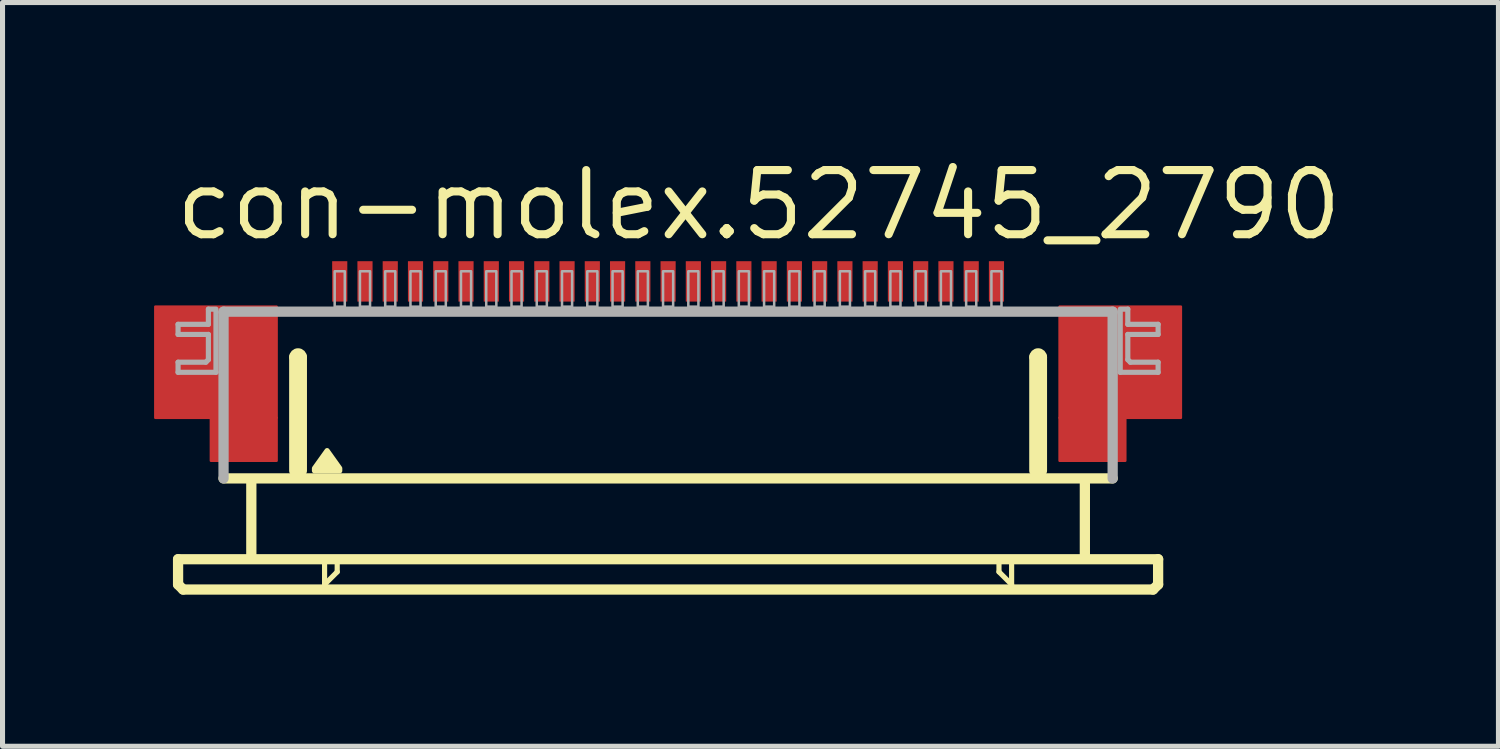
<source format=kicad_pcb>
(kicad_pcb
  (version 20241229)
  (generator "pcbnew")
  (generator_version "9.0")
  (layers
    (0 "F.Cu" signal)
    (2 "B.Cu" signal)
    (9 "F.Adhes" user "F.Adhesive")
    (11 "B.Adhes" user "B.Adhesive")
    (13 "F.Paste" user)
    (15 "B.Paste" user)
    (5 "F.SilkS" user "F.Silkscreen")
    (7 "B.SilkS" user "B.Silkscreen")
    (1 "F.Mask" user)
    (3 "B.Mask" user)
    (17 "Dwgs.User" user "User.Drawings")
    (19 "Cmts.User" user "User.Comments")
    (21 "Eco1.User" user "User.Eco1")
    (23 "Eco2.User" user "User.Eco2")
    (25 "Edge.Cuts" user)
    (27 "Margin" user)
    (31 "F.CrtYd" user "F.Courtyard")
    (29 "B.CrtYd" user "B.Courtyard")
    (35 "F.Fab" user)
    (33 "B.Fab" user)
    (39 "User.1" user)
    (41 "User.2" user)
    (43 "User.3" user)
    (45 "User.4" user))
  (footprint "con-molex.52745_2790"
    (layer "F.Cu")
    (at 10.175 5.02)
    (property "Reference" "con-molex.52745_2790" (at -9.83 -3.27 0) (layer "F.SilkS") (effects (font (size 1.27 1.27) (thickness 0.16)) (justify left bottom)))
    (attr smd)
    (fp_rect (start -10.15 0.2) (end -7.75 -2) (stroke (width 0.05) (type default)) (fill yes) (layer "F.Cu"))
    (fp_rect (start -9.05 1.05) (end -7.75 0.2) (stroke (width 0.05) (type default)) (fill yes) (layer "F.Cu"))
    (fp_rect (start 7.75 0.2) (end 10.15 -2) (stroke (width 0.05) (type default)) (fill yes) (layer "F.Cu"))
    (fp_rect (start 7.75 1.05) (end 9.05 0.2) (stroke (width 0.05) (type default)) (fill yes) (layer "F.Cu"))
    (fp_rect (start -10.15 0.2) (end -9 -2) (stroke (width 0.05) (type default)) (fill yes) (layer "F.Mask"))
    (fp_rect (start -9.05 1.05) (end -7.75 -2) (stroke (width 0.05) (type default)) (fill yes) (layer "F.Mask"))
    (fp_rect (start 7.75 1.05) (end 9.05 -2) (stroke (width 0.05) (type default)) (fill yes) (layer "F.Mask"))
    (fp_rect (start 9 0.2) (end 10.15 -2) (stroke (width 0.05) (type default)) (fill yes) (layer "F.Mask"))
    (fp_line (start -9.7 3) (end -9.7 3.5) (stroke (width 0.203) (type default)) (layer "F.SilkS"))
    (fp_line (start -9.7 3.5) (end -9.6 3.6) (stroke (width 0.203) (type default)) (layer "F.SilkS"))
    (fp_line (start -9.6 3.6) (end 9.6 3.6) (stroke (width 0.203) (type default)) (layer "F.SilkS"))
    (fp_line (start -8.25 1.5) (end -8.25 2.9) (stroke (width 0.203) (type default)) (layer "F.SilkS"))
    (fp_line (start -7.4 1.25) (end -7.4 -1) (stroke (width 0.203) (type default)) (layer "F.SilkS"))
    (fp_line (start -7.25 -1) (end -7.25 1.25) (stroke (width 0.203) (type default)) (layer "F.SilkS"))
    (fp_line (start -6.8 3.1) (end -6.8 3.5) (stroke (width 0.102) (type default)) (layer "F.SilkS"))
    (fp_line (start -6.8 3.5) (end -6.55 3.25) (stroke (width 0.102) (type default)) (layer "F.SilkS"))
    (fp_line (start -6.55 3.25) (end -6.55 3.1) (stroke (width 0.102) (type default)) (layer "F.SilkS"))
    (fp_line (start 6.55 3.1) (end 6.55 3.25) (stroke (width 0.102) (type default)) (layer "F.SilkS"))
    (fp_line (start 6.55 3.25) (end 6.8 3.5) (stroke (width 0.102) (type default)) (layer "F.SilkS"))
    (fp_line (start 6.8 3.5) (end 6.8 3.1) (stroke (width 0.102) (type default)) (layer "F.SilkS"))
    (fp_line (start 7.25 1.25) (end 7.25 -1) (stroke (width 0.203) (type default)) (layer "F.SilkS"))
    (fp_line (start 7.4 -1) (end 7.4 1.25) (stroke (width 0.203) (type default)) (layer "F.SilkS"))
    (fp_line (start 8.25 1.5) (end 8.25 2.9) (stroke (width 0.203) (type default)) (layer "F.SilkS"))
    (fp_line (start 8.8 1.4) (end -8.8 1.4) (stroke (width 0.203) (type default)) (layer "F.SilkS"))
    (fp_line (start 9.6 3.6) (end 9.7 3.5) (stroke (width 0.203) (type default)) (layer "F.SilkS"))
    (fp_line (start 9.7 3) (end -9.7 3) (stroke (width 0.203) (type default)) (layer "F.SilkS"))
    (fp_line (start 9.7 3.5) (end 9.7 3) (stroke (width 0.203) (type default)) (layer "F.SilkS"))
    (fp_arc (start -7.4 -1) (mid -7.325 -1.075) (end -7.25 -1) (stroke (width 0.2032) (type default)) (layer "F.SilkS"))
    (fp_arc (start 7.25 -1) (mid 7.325 -1.075) (end 7.4 -1) (stroke (width 0.2032) (type default)) (layer "F.SilkS"))
    (fp_poly (pts (xy -7 1.25) (xy -7 1.2) (xy -6.75 0.85) (xy -6.5 1.2) (xy -6.5 1.25)) (stroke (width 0.102) (type default)) (fill yes) (layer "F.SilkS"))
    (fp_rect (start -9.95 0.05) (end -7.95 -1.85) (stroke (width 0.05) (type default)) (fill yes) (layer "F.Paste"))
    (fp_rect (start 7.95 0.05) (end 9.95 -1.85) (stroke (width 0.05) (type default)) (fill yes) (layer "F.Paste"))
    (fp_line (start -9.7 -1.65) (end -9.7 -1.45) (stroke (width 0.102) (type default)) (layer "F.Fab"))
    (fp_line (start -9.7 -1.45) (end -9.1 -1.45) (stroke (width 0.102) (type default)) (layer "F.Fab"))
    (fp_line (start -9.7 -0.9) (end -9.7 -0.7) (stroke (width 0.102) (type default)) (layer "F.Fab"))
    (fp_line (start -9.7 -0.7) (end -8.95 -0.7) (stroke (width 0.102) (type default)) (layer "F.Fab"))
    (fp_line (start -9.15 -0.9) (end -9.7 -0.9) (stroke (width 0.102) (type default)) (layer "F.Fab"))
    (fp_line (start -9.1 -1.95) (end -9.1 -1.65) (stroke (width 0.102) (type default)) (layer "F.Fab"))
    (fp_line (start -9.1 -1.65) (end -9.7 -1.65) (stroke (width 0.102) (type default)) (layer "F.Fab"))
    (fp_line (start -9.1 -1.45) (end -9.1 -0.95) (stroke (width 0.102) (type default)) (layer "F.Fab"))
    (fp_line (start -9.1 -0.95) (end -9.15 -0.9) (stroke (width 0.102) (type default)) (layer "F.Fab"))
    (fp_line (start -8.95 -1.95) (end -9.1 -1.95) (stroke (width 0.102) (type default)) (layer "F.Fab"))
    (fp_line (start -8.95 -0.7) (end -8.95 -1.9) (stroke (width 0.102) (type default)) (layer "F.Fab"))
    (fp_line (start -8.8 -1.9) (end 8.8 -1.9) (stroke (width 0.203) (type default)) (layer "F.Fab"))
    (fp_line (start -8.8 1.4) (end -8.8 -1.9) (stroke (width 0.203) (type default)) (layer "F.Fab"))
    (fp_line (start 8.8 -1.9) (end 8.8 1.4) (stroke (width 0.203) (type default)) (layer "F.Fab"))
    (fp_line (start 8.95 -1.95) (end 9.1 -1.95) (stroke (width 0.102) (type default)) (layer "F.Fab"))
    (fp_line (start 8.95 -0.7) (end 8.95 -1.9) (stroke (width 0.102) (type default)) (layer "F.Fab"))
    (fp_line (start 9.1 -1.95) (end 9.1 -1.65) (stroke (width 0.102) (type default)) (layer "F.Fab"))
    (fp_line (start 9.1 -1.65) (end 9.7 -1.65) (stroke (width 0.102) (type default)) (layer "F.Fab"))
    (fp_line (start 9.1 -1.45) (end 9.1 -0.95) (stroke (width 0.102) (type default)) (layer "F.Fab"))
    (fp_line (start 9.1 -0.95) (end 9.15 -0.9) (stroke (width 0.102) (type default)) (layer "F.Fab"))
    (fp_line (start 9.15 -0.9) (end 9.7 -0.9) (stroke (width 0.102) (type default)) (layer "F.Fab"))
    (fp_line (start 9.7 -1.65) (end 9.7 -1.45) (stroke (width 0.102) (type default)) (layer "F.Fab"))
    (fp_line (start 9.7 -1.45) (end 9.1 -1.45) (stroke (width 0.102) (type default)) (layer "F.Fab"))
    (fp_line (start 9.7 -0.9) (end 9.7 -0.7) (stroke (width 0.102) (type default)) (layer "F.Fab"))
    (fp_line (start 9.7 -0.7) (end 8.95 -0.7) (stroke (width 0.102) (type default)) (layer "F.Fab"))
    (fp_rect (start -6.6 -2) (end -6.4 -2.7) (stroke (width 0.05) (type default)) (fill no) (layer "F.Fab"))
    (fp_rect (start -6.1 -2) (end -5.9 -2.7) (stroke (width 0.05) (type default)) (fill no) (layer "F.Fab"))
    (fp_rect (start -5.6 -2) (end -5.4 -2.7) (stroke (width 0.05) (type default)) (fill no) (layer "F.Fab"))
    (fp_rect (start -5.1 -2) (end -4.9 -2.7) (stroke (width 0.05) (type default)) (fill no) (layer "F.Fab"))
    (fp_rect (start -4.6 -2) (end -4.4 -2.7) (stroke (width 0.05) (type default)) (fill no) (layer "F.Fab"))
    (fp_rect (start -4.1 -2) (end -3.9 -2.7) (stroke (width 0.05) (type default)) (fill no) (layer "F.Fab"))
    (fp_rect (start -3.6 -2) (end -3.4 -2.7) (stroke (width 0.05) (type default)) (fill no) (layer "F.Fab"))
    (fp_rect (start -3.1 -2) (end -2.9 -2.7) (stroke (width 0.05) (type default)) (fill no) (layer "F.Fab"))
    (fp_rect (start -2.6 -2) (end -2.4 -2.7) (stroke (width 0.05) (type default)) (fill no) (layer "F.Fab"))
    (fp_rect (start -2.1 -2) (end -1.9 -2.7) (stroke (width 0.05) (type default)) (fill no) (layer "F.Fab"))
    (fp_rect (start -1.6 -2) (end -1.4 -2.7) (stroke (width 0.05) (type default)) (fill no) (layer "F.Fab"))
    (fp_rect (start -1.1 -2) (end -0.9 -2.7) (stroke (width 0.05) (type default)) (fill no) (layer "F.Fab"))
    (fp_rect (start -0.6 -2) (end -0.4 -2.7) (stroke (width 0.05) (type default)) (fill no) (layer "F.Fab"))
    (fp_rect (start -0.1 -2) (end 0.1 -2.7) (stroke (width 0.05) (type default)) (fill no) (layer "F.Fab"))
    (fp_rect (start 0.4 -2) (end 0.6 -2.7) (stroke (width 0.05) (type default)) (fill no) (layer "F.Fab"))
    (fp_rect (start 0.9 -2) (end 1.1 -2.7) (stroke (width 0.05) (type default)) (fill no) (layer "F.Fab"))
    (fp_rect (start 1.4 -2) (end 1.6 -2.7) (stroke (width 0.05) (type default)) (fill no) (layer "F.Fab"))
    (fp_rect (start 1.9 -2) (end 2.1 -2.7) (stroke (width 0.05) (type default)) (fill no) (layer "F.Fab"))
    (fp_rect (start 2.4 -2) (end 2.6 -2.7) (stroke (width 0.05) (type default)) (fill no) (layer "F.Fab"))
    (fp_rect (start 2.9 -2) (end 3.1 -2.7) (stroke (width 0.05) (type default)) (fill no) (layer "F.Fab"))
    (fp_rect (start 3.4 -2) (end 3.6 -2.7) (stroke (width 0.05) (type default)) (fill no) (layer "F.Fab"))
    (fp_rect (start 3.9 -2) (end 4.1 -2.7) (stroke (width 0.05) (type default)) (fill no) (layer "F.Fab"))
    (fp_rect (start 4.4 -2) (end 4.6 -2.7) (stroke (width 0.05) (type default)) (fill no) (layer "F.Fab"))
    (fp_rect (start 4.9 -2) (end 5.1 -2.7) (stroke (width 0.05) (type default)) (fill no) (layer "F.Fab"))
    (fp_rect (start 5.4 -2) (end 5.6 -2.7) (stroke (width 0.05) (type default)) (fill no) (layer "F.Fab"))
    (fp_rect (start 5.9 -2) (end 6.1 -2.7) (stroke (width 0.05) (type default)) (fill no) (layer "F.Fab"))
    (fp_rect (start 6.4 -2) (end 6.6 -2.7) (stroke (width 0.05) (type default)) (fill no) (layer "F.Fab"))
    (pad "1" smd roundrect (at -6.5 -2.5) (size 0.3 0.8) (layers "F.Cu" "F.Mask" "F.Paste") (roundrect_rratio 0.01))
    (pad "2" smd roundrect (at -6 -2.5) (size 0.3 0.8) (layers "F.Cu" "F.Mask" "F.Paste") (roundrect_rratio 0.01))
    (pad "3" smd roundrect (at -5.5 -2.5) (size 0.3 0.8) (layers "F.Cu" "F.Mask" "F.Paste") (roundrect_rratio 0.01))
    (pad "4" smd roundrect (at -5 -2.5) (size 0.3 0.8) (layers "F.Cu" "F.Mask" "F.Paste") (roundrect_rratio 0.01))
    (pad "5" smd roundrect (at -4.5 -2.5) (size 0.3 0.8) (layers "F.Cu" "F.Mask" "F.Paste") (roundrect_rratio 0.01))
    (pad "6" smd roundrect (at -4 -2.5) (size 0.3 0.8) (layers "F.Cu" "F.Mask" "F.Paste") (roundrect_rratio 0.01))
    (pad "7" smd roundrect (at -3.5 -2.5) (size 0.3 0.8) (layers "F.Cu" "F.Mask" "F.Paste") (roundrect_rratio 0.01))
    (pad "8" smd roundrect (at -3 -2.5) (size 0.3 0.8) (layers "F.Cu" "F.Mask" "F.Paste") (roundrect_rratio 0.01))
    (pad "9" smd roundrect (at -2.5 -2.5) (size 0.3 0.8) (layers "F.Cu" "F.Mask" "F.Paste") (roundrect_rratio 0.01))
    (pad "10" smd roundrect (at -2 -2.5) (size 0.3 0.8) (layers "F.Cu" "F.Mask" "F.Paste") (roundrect_rratio 0.01))
    (pad "11" smd roundrect (at -1.5 -2.5) (size 0.3 0.8) (layers "F.Cu" "F.Mask" "F.Paste") (roundrect_rratio 0.01))
    (pad "12" smd roundrect (at -1 -2.5) (size 0.3 0.8) (layers "F.Cu" "F.Mask" "F.Paste") (roundrect_rratio 0.01))
    (pad "13" smd roundrect (at -0.5 -2.5) (size 0.3 0.8) (layers "F.Cu" "F.Mask" "F.Paste") (roundrect_rratio 0.01))
    (pad "14" smd roundrect (at 0 -2.5) (size 0.3 0.8) (layers "F.Cu" "F.Mask" "F.Paste") (roundrect_rratio 0.01))
    (pad "15" smd roundrect (at 0.5 -2.5) (size 0.3 0.8) (layers "F.Cu" "F.Mask" "F.Paste") (roundrect_rratio 0.01))
    (pad "16" smd roundrect (at 1 -2.5) (size 0.3 0.8) (layers "F.Cu" "F.Mask" "F.Paste") (roundrect_rratio 0.01))
    (pad "17" smd roundrect (at 1.5 -2.5) (size 0.3 0.8) (layers "F.Cu" "F.Mask" "F.Paste") (roundrect_rratio 0.01))
    (pad "18" smd roundrect (at 2 -2.5) (size 0.3 0.8) (layers "F.Cu" "F.Mask" "F.Paste") (roundrect_rratio 0.01))
    (pad "19" smd roundrect (at 2.5 -2.5) (size 0.3 0.8) (layers "F.Cu" "F.Mask" "F.Paste") (roundrect_rratio 0.01))
    (pad "20" smd roundrect (at 3 -2.5) (size 0.3 0.8) (layers "F.Cu" "F.Mask" "F.Paste") (roundrect_rratio 0.01))
    (pad "21" smd roundrect (at 3.5 -2.5) (size 0.3 0.8) (layers "F.Cu" "F.Mask" "F.Paste") (roundrect_rratio 0.01))
    (pad "22" smd roundrect (at 4 -2.5) (size 0.3 0.8) (layers "F.Cu" "F.Mask" "F.Paste") (roundrect_rratio 0.01))
    (pad "23" smd roundrect (at 4.5 -2.5) (size 0.3 0.8) (layers "F.Cu" "F.Mask" "F.Paste") (roundrect_rratio 0.01))
    (pad "24" smd roundrect (at 5 -2.5) (size 0.3 0.8) (layers "F.Cu" "F.Mask" "F.Paste") (roundrect_rratio 0.01))
    (pad "25" smd roundrect (at 5.5 -2.5) (size 0.3 0.8) (layers "F.Cu" "F.Mask" "F.Paste") (roundrect_rratio 0.01))
    (pad "26" smd roundrect (at 6 -2.5) (size 0.3 0.8) (layers "F.Cu" "F.Mask" "F.Paste") (roundrect_rratio 0.01))
    (pad "27" smd roundrect (at 6.5 -2.5) (size 0.3 0.8) (layers "F.Cu" "F.Mask" "F.Paste") (roundrect_rratio 0.01)))
  (gr_rect
    (start -3 -3)
    (end 26.612 11.722)
    (stroke (width 0.1) (type default))
    (fill no)
    (layer "Edge.Cuts")))
</source>
